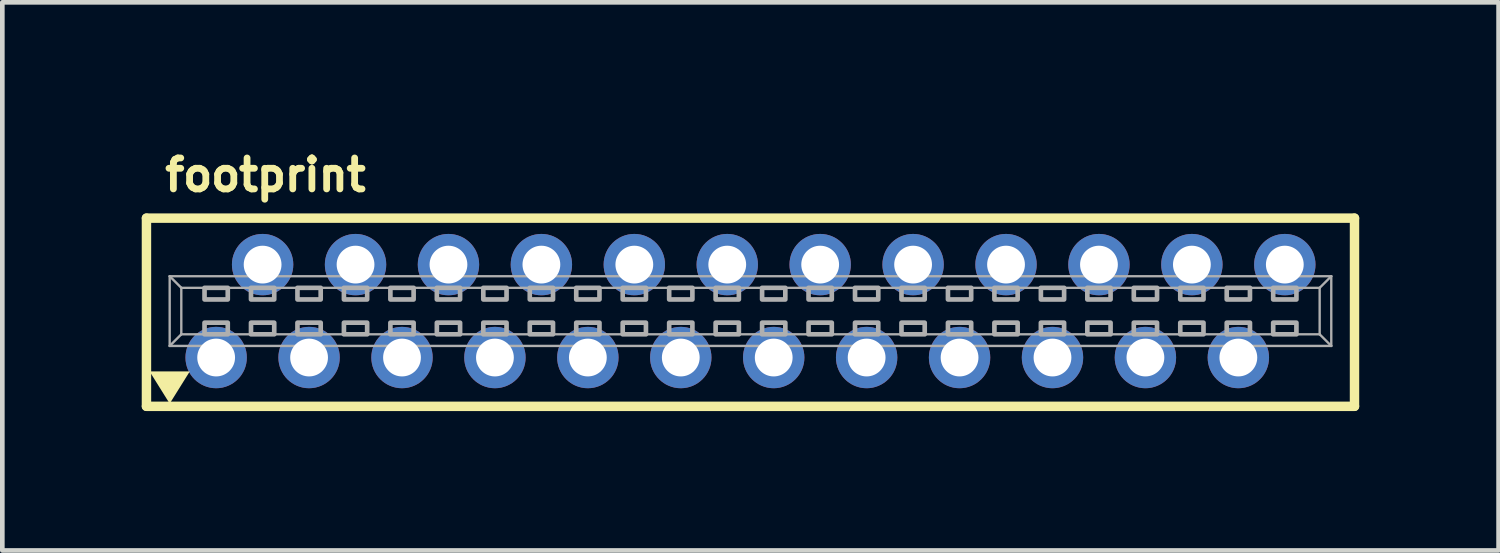
<source format=kicad_pcb>
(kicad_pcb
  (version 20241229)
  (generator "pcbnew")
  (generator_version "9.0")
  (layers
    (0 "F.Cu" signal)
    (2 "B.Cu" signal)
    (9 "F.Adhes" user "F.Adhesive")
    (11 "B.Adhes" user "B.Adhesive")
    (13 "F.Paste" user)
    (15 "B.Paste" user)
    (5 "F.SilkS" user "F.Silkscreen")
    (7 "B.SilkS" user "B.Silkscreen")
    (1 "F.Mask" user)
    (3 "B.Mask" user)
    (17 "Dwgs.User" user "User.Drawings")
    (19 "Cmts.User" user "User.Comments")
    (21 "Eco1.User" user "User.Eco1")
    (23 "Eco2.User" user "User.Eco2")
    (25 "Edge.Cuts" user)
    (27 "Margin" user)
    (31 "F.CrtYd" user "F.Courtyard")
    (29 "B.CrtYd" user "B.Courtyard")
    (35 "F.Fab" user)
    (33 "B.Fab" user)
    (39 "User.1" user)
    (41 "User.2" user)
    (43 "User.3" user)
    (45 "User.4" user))
  (footprint "footprint"
    (layer "F.Cu")
    (at 13.102 3.645)
    (property "Reference" "footprint" (at -12.675 -2.54 0) (layer "F.SilkS") (effects (font (size 0.666 0.666) (thickness 0.146)) (justify left bottom)))
    (fp_line (start -13 -2) (end -13 2.05) (stroke (width 0.203) (type solid)) (layer "F.SilkS"))
    (fp_line (start -13 2.05) (end 13 2.05) (stroke (width 0.203) (type solid)) (layer "F.SilkS"))
    (fp_line (start 13 -2) (end -13 -2) (stroke (width 0.203) (type solid)) (layer "F.SilkS"))
    (fp_line (start 13 -2) (end 13 2.05) (stroke (width 0.203) (type solid)) (layer "F.SilkS"))
    (fp_poly (pts (xy -12.5 1.992) (xy -12.933 1.298) (xy -12.067 1.298)) (stroke (width 0) (type solid)) (fill yes) (layer "F.SilkS"))
    (fp_line (start -12.5 -0.75) (end 12.5 -0.75) (stroke (width 0.051) (type solid)) (layer "F.Fab"))
    (fp_line (start -12.5 0.75) (end -12.5 -0.75) (stroke (width 0.051) (type solid)) (layer "F.Fab"))
    (fp_line (start -12.25 -0.5) (end -12.5 -0.75) (stroke (width 0.051) (type solid)) (layer "F.Fab"))
    (fp_line (start -12.25 -0.5) (end 12.25 -0.5) (stroke (width 0.051) (type solid)) (layer "F.Fab"))
    (fp_line (start -12.25 0.5) (end -12.5 0.75) (stroke (width 0.051) (type solid)) (layer "F.Fab"))
    (fp_line (start -12.25 0.5) (end -12.25 -0.5) (stroke (width 0.051) (type solid)) (layer "F.Fab"))
    (fp_line (start 12.25 -0.5) (end 12.25 0.5) (stroke (width 0.051) (type solid)) (layer "F.Fab"))
    (fp_line (start 12.25 -0.5) (end 12.5 -0.75) (stroke (width 0.051) (type solid)) (layer "F.Fab"))
    (fp_line (start 12.25 0.5) (end -12.25 0.5) (stroke (width 0.051) (type solid)) (layer "F.Fab"))
    (fp_line (start 12.25 0.5) (end 12.5 0.75) (stroke (width 0.051) (type solid)) (layer "F.Fab"))
    (fp_line (start 12.5 -0.75) (end 12.5 0.75) (stroke (width 0.051) (type solid)) (layer "F.Fab"))
    (fp_line (start 12.5 0.75) (end -12.5 0.75) (stroke (width 0.051) (type solid)) (layer "F.Fab"))
    (fp_poly (pts (xy -11.75 -0.25) (xy -11.25 -0.25) (xy -11.25 -0.5) (xy -11.75 -0.5)) (stroke (width 0.1) (type solid)) (fill no) (layer "F.Fab"))
    (fp_poly (pts (xy -11.75 0.5) (xy -11.25 0.5) (xy -11.25 0.25) (xy -11.75 0.25)) (stroke (width 0.1) (type solid)) (fill no) (layer "F.Fab"))
    (fp_poly (pts (xy -10.75 -0.25) (xy -10.25 -0.25) (xy -10.25 -0.5) (xy -10.75 -0.5)) (stroke (width 0.1) (type solid)) (fill no) (layer "F.Fab"))
    (fp_poly (pts (xy -10.75 0.5) (xy -10.25 0.5) (xy -10.25 0.25) (xy -10.75 0.25)) (stroke (width 0.1) (type solid)) (fill no) (layer "F.Fab"))
    (fp_poly (pts (xy -9.75 -0.25) (xy -9.25 -0.25) (xy -9.25 -0.5) (xy -9.75 -0.5)) (stroke (width 0.1) (type solid)) (fill no) (layer "F.Fab"))
    (fp_poly (pts (xy -9.75 0.5) (xy -9.25 0.5) (xy -9.25 0.25) (xy -9.75 0.25)) (stroke (width 0.1) (type solid)) (fill no) (layer "F.Fab"))
    (fp_poly (pts (xy -8.75 -0.25) (xy -8.25 -0.25) (xy -8.25 -0.5) (xy -8.75 -0.5)) (stroke (width 0.1) (type solid)) (fill no) (layer "F.Fab"))
    (fp_poly (pts (xy -8.75 0.5) (xy -8.25 0.5) (xy -8.25 0.25) (xy -8.75 0.25)) (stroke (width 0.1) (type solid)) (fill no) (layer "F.Fab"))
    (fp_poly (pts (xy -7.75 -0.25) (xy -7.25 -0.25) (xy -7.25 -0.5) (xy -7.75 -0.5)) (stroke (width 0.1) (type solid)) (fill no) (layer "F.Fab"))
    (fp_poly (pts (xy -7.75 0.5) (xy -7.25 0.5) (xy -7.25 0.25) (xy -7.75 0.25)) (stroke (width 0.1) (type solid)) (fill no) (layer "F.Fab"))
    (fp_poly (pts (xy -6.75 -0.25) (xy -6.25 -0.25) (xy -6.25 -0.5) (xy -6.75 -0.5)) (stroke (width 0.1) (type solid)) (fill no) (layer "F.Fab"))
    (fp_poly (pts (xy -6.75 0.5) (xy -6.25 0.5) (xy -6.25 0.25) (xy -6.75 0.25)) (stroke (width 0.1) (type solid)) (fill no) (layer "F.Fab"))
    (fp_poly (pts (xy -5.75 -0.25) (xy -5.25 -0.25) (xy -5.25 -0.5) (xy -5.75 -0.5)) (stroke (width 0.1) (type solid)) (fill no) (layer "F.Fab"))
    (fp_poly (pts (xy -5.75 0.5) (xy -5.25 0.5) (xy -5.25 0.25) (xy -5.75 0.25)) (stroke (width 0.1) (type solid)) (fill no) (layer "F.Fab"))
    (fp_poly (pts (xy -4.75 -0.25) (xy -4.25 -0.25) (xy -4.25 -0.5) (xy -4.75 -0.5)) (stroke (width 0.1) (type solid)) (fill no) (layer "F.Fab"))
    (fp_poly (pts (xy -4.75 0.5) (xy -4.25 0.5) (xy -4.25 0.25) (xy -4.75 0.25)) (stroke (width 0.1) (type solid)) (fill no) (layer "F.Fab"))
    (fp_poly (pts (xy -3.75 -0.25) (xy -3.25 -0.25) (xy -3.25 -0.5) (xy -3.75 -0.5)) (stroke (width 0.1) (type solid)) (fill no) (layer "F.Fab"))
    (fp_poly (pts (xy -3.75 0.5) (xy -3.25 0.5) (xy -3.25 0.25) (xy -3.75 0.25)) (stroke (width 0.1) (type solid)) (fill no) (layer "F.Fab"))
    (fp_poly (pts (xy -2.75 -0.25) (xy -2.25 -0.25) (xy -2.25 -0.5) (xy -2.75 -0.5)) (stroke (width 0.1) (type solid)) (fill no) (layer "F.Fab"))
    (fp_poly (pts (xy -2.75 0.5) (xy -2.25 0.5) (xy -2.25 0.25) (xy -2.75 0.25)) (stroke (width 0.1) (type solid)) (fill no) (layer "F.Fab"))
    (fp_poly (pts (xy -1.75 -0.25) (xy -1.25 -0.25) (xy -1.25 -0.5) (xy -1.75 -0.5)) (stroke (width 0.1) (type solid)) (fill no) (layer "F.Fab"))
    (fp_poly (pts (xy -1.75 0.5) (xy -1.25 0.5) (xy -1.25 0.25) (xy -1.75 0.25)) (stroke (width 0.1) (type solid)) (fill no) (layer "F.Fab"))
    (fp_poly (pts (xy -0.75 -0.25) (xy -0.25 -0.25) (xy -0.25 -0.5) (xy -0.75 -0.5)) (stroke (width 0.1) (type solid)) (fill no) (layer "F.Fab"))
    (fp_poly (pts (xy -0.75 0.5) (xy -0.25 0.5) (xy -0.25 0.25) (xy -0.75 0.25)) (stroke (width 0.1) (type solid)) (fill no) (layer "F.Fab"))
    (fp_poly (pts (xy 0.25 -0.25) (xy 0.75 -0.25) (xy 0.75 -0.5) (xy 0.25 -0.5)) (stroke (width 0.1) (type solid)) (fill no) (layer "F.Fab"))
    (fp_poly (pts (xy 0.25 0.5) (xy 0.75 0.5) (xy 0.75 0.25) (xy 0.25 0.25)) (stroke (width 0.1) (type solid)) (fill no) (layer "F.Fab"))
    (fp_poly (pts (xy 1.25 -0.25) (xy 1.75 -0.25) (xy 1.75 -0.5) (xy 1.25 -0.5)) (stroke (width 0.1) (type solid)) (fill no) (layer "F.Fab"))
    (fp_poly (pts (xy 1.25 0.5) (xy 1.75 0.5) (xy 1.75 0.25) (xy 1.25 0.25)) (stroke (width 0.1) (type solid)) (fill no) (layer "F.Fab"))
    (fp_poly (pts (xy 2.25 -0.25) (xy 2.75 -0.25) (xy 2.75 -0.5) (xy 2.25 -0.5)) (stroke (width 0.1) (type solid)) (fill no) (layer "F.Fab"))
    (fp_poly (pts (xy 2.25 0.5) (xy 2.75 0.5) (xy 2.75 0.25) (xy 2.25 0.25)) (stroke (width 0.1) (type solid)) (fill no) (layer "F.Fab"))
    (fp_poly (pts (xy 3.25 -0.25) (xy 3.75 -0.25) (xy 3.75 -0.5) (xy 3.25 -0.5)) (stroke (width 0.1) (type solid)) (fill no) (layer "F.Fab"))
    (fp_poly (pts (xy 3.25 0.5) (xy 3.75 0.5) (xy 3.75 0.25) (xy 3.25 0.25)) (stroke (width 0.1) (type solid)) (fill no) (layer "F.Fab"))
    (fp_poly (pts (xy 4.25 -0.25) (xy 4.75 -0.25) (xy 4.75 -0.5) (xy 4.25 -0.5)) (stroke (width 0.1) (type solid)) (fill no) (layer "F.Fab"))
    (fp_poly (pts (xy 4.25 0.5) (xy 4.75 0.5) (xy 4.75 0.25) (xy 4.25 0.25)) (stroke (width 0.1) (type solid)) (fill no) (layer "F.Fab"))
    (fp_poly (pts (xy 5.25 -0.25) (xy 5.75 -0.25) (xy 5.75 -0.5) (xy 5.25 -0.5)) (stroke (width 0.1) (type solid)) (fill no) (layer "F.Fab"))
    (fp_poly (pts (xy 5.25 0.5) (xy 5.75 0.5) (xy 5.75 0.25) (xy 5.25 0.25)) (stroke (width 0.1) (type solid)) (fill no) (layer "F.Fab"))
    (fp_poly (pts (xy 6.25 -0.25) (xy 6.75 -0.25) (xy 6.75 -0.5) (xy 6.25 -0.5)) (stroke (width 0.1) (type solid)) (fill no) (layer "F.Fab"))
    (fp_poly (pts (xy 6.25 0.5) (xy 6.75 0.5) (xy 6.75 0.25) (xy 6.25 0.25)) (stroke (width 0.1) (type solid)) (fill no) (layer "F.Fab"))
    (fp_poly (pts (xy 7.25 -0.25) (xy 7.75 -0.25) (xy 7.75 -0.5) (xy 7.25 -0.5)) (stroke (width 0.1) (type solid)) (fill no) (layer "F.Fab"))
    (fp_poly (pts (xy 7.25 0.5) (xy 7.75 0.5) (xy 7.75 0.25) (xy 7.25 0.25)) (stroke (width 0.1) (type solid)) (fill no) (layer "F.Fab"))
    (fp_poly (pts (xy 8.25 -0.25) (xy 8.75 -0.25) (xy 8.75 -0.5) (xy 8.25 -0.5)) (stroke (width 0.1) (type solid)) (fill no) (layer "F.Fab"))
    (fp_poly (pts (xy 8.25 0.5) (xy 8.75 0.5) (xy 8.75 0.25) (xy 8.25 0.25)) (stroke (width 0.1) (type solid)) (fill no) (layer "F.Fab"))
    (fp_poly (pts (xy 9.25 -0.25) (xy 9.75 -0.25) (xy 9.75 -0.5) (xy 9.25 -0.5)) (stroke (width 0.1) (type solid)) (fill no) (layer "F.Fab"))
    (fp_poly (pts (xy 9.25 0.5) (xy 9.75 0.5) (xy 9.75 0.25) (xy 9.25 0.25)) (stroke (width 0.1) (type solid)) (fill no) (layer "F.Fab"))
    (fp_poly (pts (xy 10.25 -0.25) (xy 10.75 -0.25) (xy 10.75 -0.5) (xy 10.25 -0.5)) (stroke (width 0.1) (type solid)) (fill no) (layer "F.Fab"))
    (fp_poly (pts (xy 10.25 0.5) (xy 10.75 0.5) (xy 10.75 0.25) (xy 10.25 0.25)) (stroke (width 0.1) (type solid)) (fill no) (layer "F.Fab"))
    (fp_poly (pts (xy 11.25 -0.25) (xy 11.75 -0.25) (xy 11.75 -0.5) (xy 11.25 -0.5)) (stroke (width 0.1) (type solid)) (fill no) (layer "F.Fab"))
    (fp_poly (pts (xy 11.25 0.5) (xy 11.75 0.5) (xy 11.75 0.25) (xy 11.25 0.25)) (stroke (width 0.1) (type solid)) (fill no) (layer "F.Fab"))
    (pad "1" thru_hole circle (at -11.5 1) (size 1.321 1.321) (drill 0.813) (layers "*.Cu" "*.Mask"))
    (pad "2" thru_hole circle (at -10.5 -1) (size 1.321 1.321) (drill 0.813) (layers "*.Cu" "*.Mask"))
    (pad "3" thru_hole circle (at -9.5 1) (size 1.321 1.321) (drill 0.813) (layers "*.Cu" "*.Mask"))
    (pad "4" thru_hole circle (at -8.5 -1) (size 1.321 1.321) (drill 0.813) (layers "*.Cu" "*.Mask"))
    (pad "5" thru_hole circle (at -7.5 1) (size 1.321 1.321) (drill 0.813) (layers "*.Cu" "*.Mask"))
    (pad "6" thru_hole circle (at -6.5 -1) (size 1.321 1.321) (drill 0.813) (layers "*.Cu" "*.Mask"))
    (pad "7" thru_hole circle (at -5.5 1) (size 1.321 1.321) (drill 0.813) (layers "*.Cu" "*.Mask"))
    (pad "8" thru_hole circle (at -4.5 -1) (size 1.321 1.321) (drill 0.813) (layers "*.Cu" "*.Mask"))
    (pad "9" thru_hole circle (at -3.5 1) (size 1.321 1.321) (drill 0.813) (layers "*.Cu" "*.Mask"))
    (pad "10" thru_hole circle (at -2.5 -1) (size 1.321 1.321) (drill 0.813) (layers "*.Cu" "*.Mask"))
    (pad "11" thru_hole circle (at -1.5 1) (size 1.321 1.321) (drill 0.813) (layers "*.Cu" "*.Mask"))
    (pad "12" thru_hole circle (at -0.5 -1) (size 1.321 1.321) (drill 0.813) (layers "*.Cu" "*.Mask"))
    (pad "13" thru_hole circle (at 0.5 1) (size 1.321 1.321) (drill 0.813) (layers "*.Cu" "*.Mask"))
    (pad "14" thru_hole circle (at 1.5 -1) (size 1.321 1.321) (drill 0.813) (layers "*.Cu" "*.Mask"))
    (pad "15" thru_hole circle (at 2.5 1) (size 1.321 1.321) (drill 0.813) (layers "*.Cu" "*.Mask"))
    (pad "16" thru_hole circle (at 3.5 -1) (size 1.321 1.321) (drill 0.813) (layers "*.Cu" "*.Mask"))
    (pad "17" thru_hole circle (at 4.5 1) (size 1.321 1.321) (drill 0.813) (layers "*.Cu" "*.Mask"))
    (pad "18" thru_hole circle (at 5.5 -1) (size 1.321 1.321) (drill 0.813) (layers "*.Cu" "*.Mask"))
    (pad "19" thru_hole circle (at 6.5 1) (size 1.321 1.321) (drill 0.813) (layers "*.Cu" "*.Mask"))
    (pad "20" thru_hole circle (at 7.5 -1) (size 1.321 1.321) (drill 0.813) (layers "*.Cu" "*.Mask"))
    (pad "21" thru_hole circle (at 8.5 1) (size 1.321 1.321) (drill 0.813) (layers "*.Cu" "*.Mask"))
    (pad "22" thru_hole circle (at 9.5 -1) (size 1.321 1.321) (drill 0.813) (layers "*.Cu" "*.Mask"))
    (pad "23" thru_hole circle (at 10.5 1) (size 1.321 1.321) (drill 0.813) (layers "*.Cu" "*.Mask"))
    (pad "24" thru_hole circle (at 11.5 -1) (size 1.321 1.321) (drill 0.813) (layers "*.Cu" "*.Mask")))
  (gr_rect
    (start -3 -3)
    (end 29.203 8.797)
    (stroke (width 0.1) (type default))
    (fill no)
    (layer "Edge.Cuts")))
</source>
